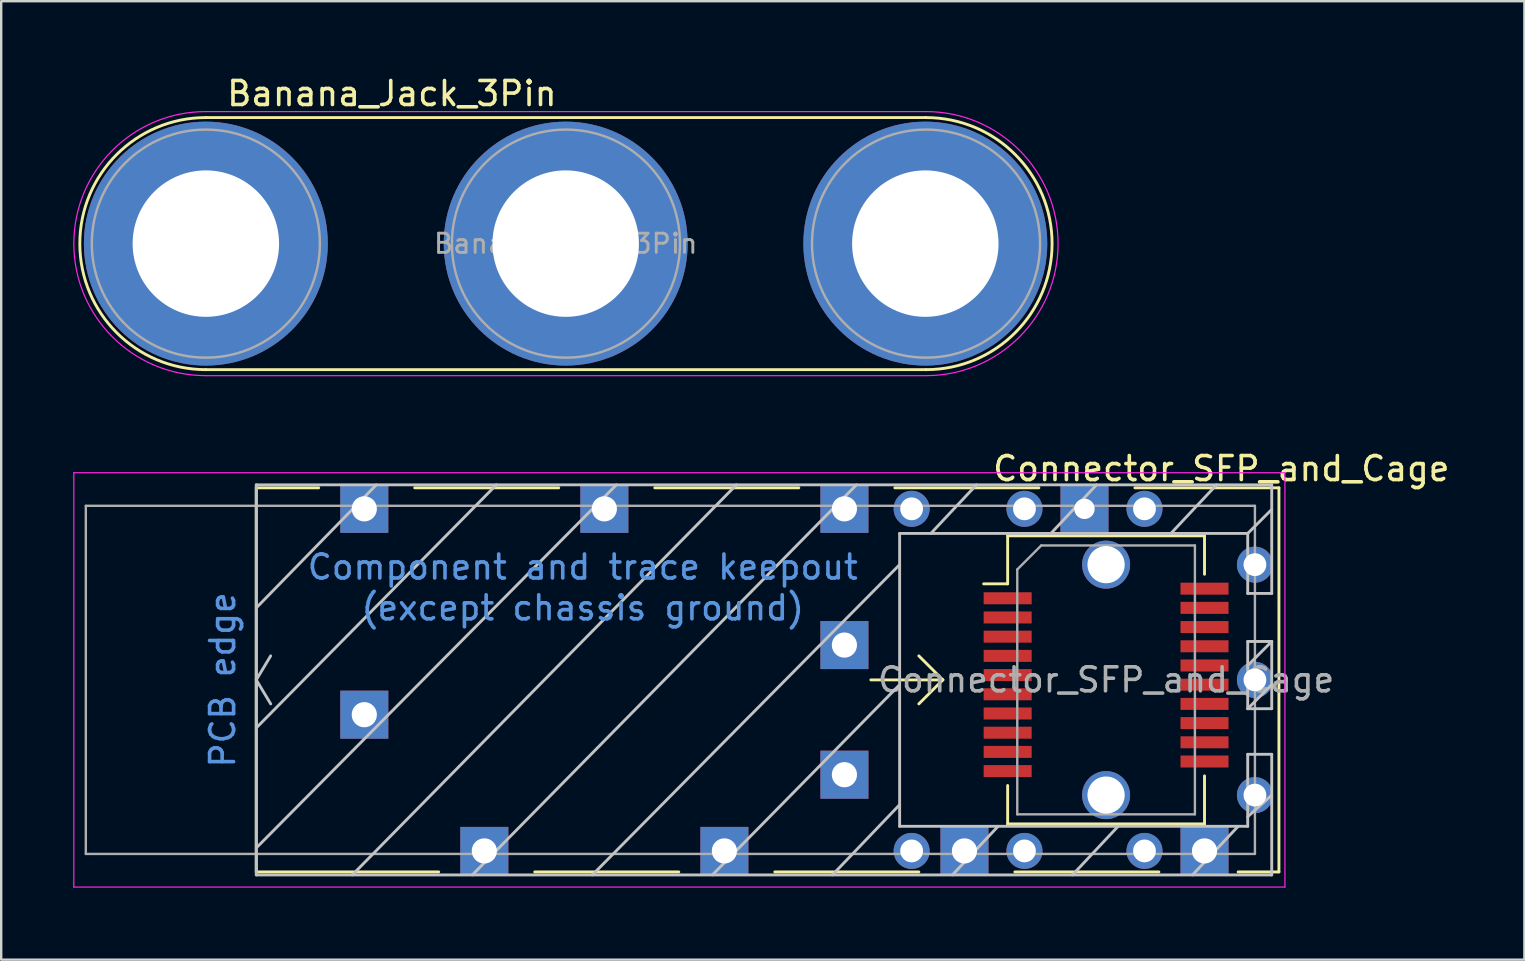
<source format=kicad_pcb>
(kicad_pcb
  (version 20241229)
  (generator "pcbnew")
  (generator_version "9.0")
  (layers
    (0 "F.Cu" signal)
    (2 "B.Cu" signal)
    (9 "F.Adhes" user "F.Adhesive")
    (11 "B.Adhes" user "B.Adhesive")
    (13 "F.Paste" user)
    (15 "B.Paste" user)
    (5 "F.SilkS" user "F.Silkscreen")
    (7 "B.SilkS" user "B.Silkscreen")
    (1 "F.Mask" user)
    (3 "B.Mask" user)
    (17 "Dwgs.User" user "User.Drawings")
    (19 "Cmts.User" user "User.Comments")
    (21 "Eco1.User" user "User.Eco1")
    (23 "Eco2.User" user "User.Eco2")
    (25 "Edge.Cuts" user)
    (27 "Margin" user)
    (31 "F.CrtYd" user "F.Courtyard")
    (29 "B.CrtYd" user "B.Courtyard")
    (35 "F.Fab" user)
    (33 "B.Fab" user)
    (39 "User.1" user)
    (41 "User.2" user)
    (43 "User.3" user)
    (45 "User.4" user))
  (footprint "Connector_SFP_and_Cage"
    (layer "F.Cu")
    (at 49.225 25.271)
    (property "Reference" "Connector_SFP_and_Cage" (at -1.4 -8.8 0) (layer "F.SilkS") (effects (font (size 1 1) (thickness 0.15))))
    (attr smd)
    (fp_line (start -41.6 8) (end -41.6 -8) (stroke (width 0.12) (type solid)) (layer "F.SilkS"))
    (fp_line (start -39 -8) (end -41.6 -8) (stroke (width 0.12) (type solid)) (layer "F.SilkS"))
    (fp_line (start -34 8) (end -41.6 8) (stroke (width 0.12) (type solid)) (layer "F.SilkS"))
    (fp_line (start -30 8) (end -24 8) (stroke (width 0.12) (type solid)) (layer "F.SilkS"))
    (fp_line (start -29 -8) (end -35 -8) (stroke (width 0.12) (type solid)) (layer "F.SilkS"))
    (fp_line (start -20 8) (end -14 8) (stroke (width 0.12) (type solid)) (layer "F.SilkS"))
    (fp_line (start -19 -8) (end -25 -8) (stroke (width 0.12) (type solid)) (layer "F.SilkS"))
    (fp_line (start -13 0) (end -16 0) (stroke (width 0.12) (type solid)) (layer "F.SilkS"))
    (fp_line (start -13 0) (end -14 -1) (stroke (width 0.12) (type solid)) (layer "F.SilkS"))
    (fp_line (start -13 0) (end -14 1) (stroke (width 0.12) (type solid)) (layer "F.SilkS"))
    (fp_line (start -10.3 -6) (end -10.3 -4) (stroke (width 0.12) (type solid)) (layer "F.SilkS"))
    (fp_line (start -10.3 -4) (end -11.3 -4) (stroke (width 0.12) (type solid)) (layer "F.SilkS"))
    (fp_line (start -10.3 4.4) (end -10.3 6) (stroke (width 0.12) (type solid)) (layer "F.SilkS"))
    (fp_line (start -10 8) (end -4 8) (stroke (width 0.12) (type solid)) (layer "F.SilkS"))
    (fp_line (start -9 -8) (end -15 -8) (stroke (width 0.12) (type solid)) (layer "F.SilkS"))
    (fp_line (start -2.1 -6) (end -10.3 -6) (stroke (width 0.12) (type solid)) (layer "F.SilkS"))
    (fp_line (start -2.1 -4.4) (end -2.1 -6) (stroke (width 0.12) (type solid)) (layer "F.SilkS"))
    (fp_line (start -2.1 4) (end -2.1 6) (stroke (width 0.12) (type solid)) (layer "F.SilkS"))
    (fp_line (start -2.1 6) (end -10.3 6) (stroke (width 0.12) (type solid)) (layer "F.SilkS"))
    (fp_line (start -0.7 8) (end 1 8) (stroke (width 0.12) (type solid)) (layer "F.SilkS"))
    (fp_line (start 1 -8) (end -5 -8) (stroke (width 0.12) (type solid)) (layer "F.SilkS"))
    (fp_line (start 1 8) (end 1 -8) (stroke (width 0.12) (type solid)) (layer "F.SilkS"))
    (fp_line (start -41.6 -8.125) (end 0.7 -8.125) (stroke (width 0.12) (type solid)) (layer "Dwgs.User"))
    (fp_line (start -41.6 0) (end -41 -1) (stroke (width 0.12) (type solid)) (layer "Dwgs.User"))
    (fp_line (start -41.6 8.125) (end -41.6 -8.125) (stroke (width 0.12) (type solid)) (layer "Dwgs.User"))
    (fp_line (start -41 1) (end -41.6 0) (stroke (width 0.12) (type solid)) (layer "Dwgs.User"))
    (fp_line (start -36.6 -8.125) (end -41.6 -3) (stroke (width 0.12) (type solid)) (layer "Dwgs.User"))
    (fp_line (start -31.6 -8.125) (end -41.6 2) (stroke (width 0.12) (type solid)) (layer "Dwgs.User"))
    (fp_line (start -27.6 8.125) (end -14.8 -4.8) (stroke (width 0.12) (type solid)) (layer "Dwgs.User"))
    (fp_line (start -26.6 -8.125) (end -41.6 7) (stroke (width 0.12) (type solid)) (layer "Dwgs.User"))
    (fp_line (start -22.6 8.125) (end -14.8 0.2) (stroke (width 0.12) (type solid)) (layer "Dwgs.User"))
    (fp_line (start -21.6 -8.125) (end -37.6 8.125) (stroke (width 0.12) (type solid)) (layer "Dwgs.User"))
    (fp_line (start -17.6 8.125) (end -14.8 5.2) (stroke (width 0.12) (type solid)) (layer "Dwgs.User"))
    (fp_line (start -16.6 -8.125) (end -32.6 8.125) (stroke (width 0.12) (type solid)) (layer "Dwgs.User"))
    (fp_line (start -14.8 -6.1) (end -14.8 6.1) (stroke (width 0.12) (type solid)) (layer "Dwgs.User"))
    (fp_line (start -14.8 6.1) (end -0.3 6.1) (stroke (width 0.12) (type solid)) (layer "Dwgs.User"))
    (fp_line (start -13.5 -6.1) (end -11.6 -8.125) (stroke (width 0.12) (type solid)) (layer "Dwgs.User"))
    (fp_line (start -12.6 8.125) (end -10.7 6.1) (stroke (width 0.12) (type solid)) (layer "Dwgs.User"))
    (fp_line (start -7.6 8.125) (end -5.7 6.1) (stroke (width 0.12) (type solid)) (layer "Dwgs.User"))
    (fp_line (start -6.6 -8.125) (end -8.5 -6.1) (stroke (width 0.12) (type solid)) (layer "Dwgs.User"))
    (fp_line (start -2.6 8.125) (end -0.7 6.1) (stroke (width 0.12) (type solid)) (layer "Dwgs.User"))
    (fp_line (start -1.6 -8.125) (end -3.5 -6.1) (stroke (width 0.12) (type solid)) (layer "Dwgs.User"))
    (fp_line (start -0.3 -6.1) (end -14.8 -6.1) (stroke (width 0.12) (type solid)) (layer "Dwgs.User"))
    (fp_line (start -0.3 -6.1) (end 0.7 -7.1) (stroke (width 0.12) (type solid)) (layer "Dwgs.User"))
    (fp_line (start -0.3 -3.6) (end -0.3 -6.1) (stroke (width 0.12) (type solid)) (layer "Dwgs.User"))
    (fp_line (start -0.3 -1.6) (end 0.7 -1.6) (stroke (width 0.12) (type solid)) (layer "Dwgs.User"))
    (fp_line (start -0.3 1.2) (end -0.3 -1.6) (stroke (width 0.12) (type solid)) (layer "Dwgs.User"))
    (fp_line (start -0.3 1.2) (end 0.7 0.2) (stroke (width 0.12) (type solid)) (layer "Dwgs.User"))
    (fp_line (start -0.3 3.1) (end 0.7 3.1) (stroke (width 0.12) (type solid)) (layer "Dwgs.User"))
    (fp_line (start -0.3 5.7) (end 0.7 4.8) (stroke (width 0.12) (type solid)) (layer "Dwgs.User"))
    (fp_line (start -0.3 6.1) (end -0.3 3.1) (stroke (width 0.12) (type solid)) (layer "Dwgs.User"))
    (fp_line (start 0.7 -8.125) (end 0.7 -3.6) (stroke (width 0.12) (type solid)) (layer "Dwgs.User"))
    (fp_line (start 0.7 -3.6) (end -0.3 -3.6) (stroke (width 0.12) (type solid)) (layer "Dwgs.User"))
    (fp_line (start 0.7 -1.6) (end -0.3 -0.6) (stroke (width 0.12) (type solid)) (layer "Dwgs.User"))
    (fp_line (start 0.7 -1.6) (end 0.7 1.2) (stroke (width 0.12) (type solid)) (layer "Dwgs.User"))
    (fp_line (start 0.7 1.2) (end -0.3 1.2) (stroke (width 0.12) (type solid)) (layer "Dwgs.User"))
    (fp_line (start 0.7 3.1) (end 0.7 8.125) (stroke (width 0.12) (type solid)) (layer "Dwgs.User"))
    (fp_line (start 0.7 8.125) (end -41.6 8.125) (stroke (width 0.12) (type solid)) (layer "Dwgs.User"))
    (fp_line (start -49.2 -8.63) (end -49.2 8.63) (stroke (width 0.05) (type solid)) (layer "F.CrtYd"))
    (fp_line (start -49.2 -8.63) (end 1.25 -8.63) (stroke (width 0.05) (type solid)) (layer "F.CrtYd"))
    (fp_line (start 1.25 8.63) (end -49.2 8.63) (stroke (width 0.05) (type solid)) (layer "F.CrtYd"))
    (fp_line (start 1.25 8.63) (end 1.25 -8.63) (stroke (width 0.05) (type solid)) (layer "F.CrtYd"))
    (fp_line (start -48.7 -7.25) (end -48.7 7.25) (stroke (width 0.1) (type solid)) (layer "F.Fab"))
    (fp_line (start -9.9 -4.6) (end -9.9 5.6) (stroke (width 0.1) (type solid)) (layer "F.Fab"))
    (fp_line (start -9.9 -4.6) (end -8.9 -5.6) (stroke (width 0.1) (type solid)) (layer "F.Fab"))
    (fp_line (start -2.5 -5.6) (end -8.9 -5.6) (stroke (width 0.1) (type solid)) (layer "F.Fab"))
    (fp_line (start -2.5 -5.6) (end -2.5 5.6) (stroke (width 0.1) (type solid)) (layer "F.Fab"))
    (fp_line (start -2.5 5.6) (end -9.9 5.6) (stroke (width 0.1) (type solid)) (layer "F.Fab"))
    (fp_line (start 0 -7.25) (end -48.7 -7.25) (stroke (width 0.1) (type solid)) (layer "F.Fab"))
    (fp_line (start 0 -7.25) (end 0 7.25) (stroke (width 0.1) (type solid)) (layer "F.Fab"))
    (fp_line (start 0 7.25) (end -48.7 7.25) (stroke (width 0.1) (type solid)) (layer "F.Fab"))
    (fp_text user "PCB edge" (at -43 0 90) (layer "Cmts.User") (effects (font (size 1 1) (thickness 0.15))))
    (fp_text user "Component and trace keepout" (at -28 -4.7 0) (layer "Cmts.User") (effects (font (size 1 1) (thickness 0.15))))
    (fp_text user "(except chassis ground)" (at -28 -3 0) (layer "Cmts.User") (effects (font (size 1 1) (thickness 0.15))))
    (fp_text user "${REFERENCE}" (at -6.2 0 0) (layer "F.Fab") (effects (font (size 1 1) (thickness 0.15))))
    (pad "" np_thru_hole circle (at -6.2 -4.8) (size 2 2) (drill 1.55) (layers "*.Cu" "*.Mask"))
    (pad "" np_thru_hole circle (at -6.2 4.8) (size 2 2) (drill 1.55) (layers "*.Cu" "*.Mask"))
    (pad "1" smd rect (at -10.3 -3.4) (size 2 0.5) (layers "F.Cu" "F.Mask" "F.Paste"))
    (pad "2" smd rect (at -10.3 -2.6) (size 2 0.5) (layers "F.Cu" "F.Mask" "F.Paste"))
    (pad "3" smd rect (at -10.3 -1.8) (size 2 0.5) (layers "F.Cu" "F.Mask" "F.Paste"))
    (pad "4" smd rect (at -10.3 -1) (size 2 0.5) (layers "F.Cu" "F.Mask" "F.Paste"))
    (pad "5" smd rect (at -10.3 -0.2) (size 2 0.5) (layers "F.Cu" "F.Mask" "F.Paste"))
    (pad "6" smd rect (at -10.3 0.6) (size 2 0.5) (layers "F.Cu" "F.Mask" "F.Paste"))
    (pad "7" smd rect (at -10.3 1.4) (size 2 0.5) (layers "F.Cu" "F.Mask" "F.Paste"))
    (pad "8" smd rect (at -10.3 2.2) (size 2 0.5) (layers "F.Cu" "F.Mask" "F.Paste"))
    (pad "9" smd rect (at -10.3 3) (size 2 0.5) (layers "F.Cu" "F.Mask" "F.Paste"))
    (pad "10" smd rect (at -10.3 3.8) (size 2 0.5) (layers "F.Cu" "F.Mask" "F.Paste"))
    (pad "11" smd rect (at -2.1 3.4) (size 2 0.5) (layers "F.Cu" "F.Mask" "F.Paste"))
    (pad "12" smd rect (at -2.1 2.6) (size 2 0.5) (layers "F.Cu" "F.Mask" "F.Paste"))
    (pad "13" smd rect (at -2.1 1.8) (size 2 0.5) (layers "F.Cu" "F.Mask" "F.Paste"))
    (pad "14" smd rect (at -2.1 1) (size 2 0.5) (layers "F.Cu" "F.Mask" "F.Paste"))
    (pad "15" smd rect (at -2.1 0.2) (size 2 0.5) (layers "F.Cu" "F.Mask" "F.Paste"))
    (pad "16" smd rect (at -2.1 -0.6) (size 2 0.5) (layers "F.Cu" "F.Mask" "F.Paste"))
    (pad "17" smd rect (at -2.1 -1.4) (size 2 0.5) (layers "F.Cu" "F.Mask" "F.Paste"))
    (pad "18" smd rect (at -2.1 -2.2) (size 2 0.5) (layers "F.Cu" "F.Mask" "F.Paste"))
    (pad "19" smd rect (at -2.1 -3) (size 2 0.5) (layers "F.Cu" "F.Mask" "F.Paste"))
    (pad "20" smd rect (at -2.1 -3.8) (size 2 0.5) (layers "F.Cu" "F.Mask" "F.Paste"))
    (pad "CAGE" thru_hole rect (at -37.1 -7.125) (size 2 2) (drill 1.05) (layers "*.Cu" "*.Mask"))
    (pad "CAGE" thru_hole rect (at -37.1 1.45) (size 2 2) (drill 1.05) (layers "*.Cu" "*.Mask"))
    (pad "CAGE" thru_hole rect (at -32.1 7.125) (size 2 2) (drill 1.05) (layers "*.Cu" "*.Mask"))
    (pad "CAGE" thru_hole rect (at -27.1 -7.125) (size 2 2) (drill 1.05) (layers "*.Cu" "*.Mask"))
    (pad "CAGE" thru_hole rect (at -22.1 7.125) (size 2 2) (drill 1.05) (layers "*.Cu" "*.Mask"))
    (pad "CAGE" thru_hole rect (at -17.1 -7.125) (size 2 2) (drill 1.05) (layers "*.Cu" "*.Mask"))
    (pad "CAGE" thru_hole rect (at -17.1 -1.45) (size 2 2) (drill 1.05) (layers "*.Cu" "*.Mask"))
    (pad "CAGE" thru_hole rect (at -17.1 3.95) (size 2 2) (drill 1.05) (layers "*.Cu" "*.Mask"))
    (pad "CAGE" thru_hole circle (at -14.3 -7.125) (size 1.5 1.5) (drill 0.95) (layers "*.Cu" "*.Mask"))
    (pad "CAGE" thru_hole circle (at -14.3 7.125) (size 1.5 1.5) (drill 0.95) (layers "*.Cu" "*.Mask"))
    (pad "CAGE" thru_hole rect (at -12.1 7.125) (size 2 2) (drill 1.05) (layers "*.Cu" "*.Mask"))
    (pad "CAGE" thru_hole circle (at -9.6 -7.125) (size 1.5 1.5) (drill 0.95) (layers "*.Cu" "*.Mask"))
    (pad "CAGE" thru_hole circle (at -9.6 7.125) (size 1.5 1.5) (drill 0.95) (layers "*.Cu" "*.Mask"))
    (pad "CAGE" thru_hole rect (at -7.1 -7.125) (size 2 2) (drill 0.85) (layers "*.Cu" "*.Mask"))
    (pad "CAGE" thru_hole circle (at -4.6 -7.125) (size 1.5 1.5) (drill 0.95) (layers "*.Cu" "*.Mask"))
    (pad "CAGE" thru_hole circle (at -4.6 7.125) (size 1.5 1.5) (drill 0.95) (layers "*.Cu" "*.Mask"))
    (pad "CAGE" thru_hole rect (at -2.1 7.125) (size 2 2) (drill 1.05) (layers "*.Cu" "*.Mask"))
    (pad "CAGE" thru_hole circle (at 0 -4.8) (size 1.5 1.5) (drill 0.95) (layers "*.Cu" "*.Mask"))
    (pad "CAGE" thru_hole circle (at 0 0) (size 1.5 1.5) (drill 0.95) (layers "*.Cu" "*.Mask"))
    (pad "CAGE" thru_hole circle (at 0 4.8) (size 1.5 1.5) (drill 0.95) (layers "*.Cu" "*.Mask")))
  (footprint "Banana_Jack_3Pin"
    (layer "F.Cu")
    (at 5.525 7.098)
    (property "Reference" "Banana_Jack_3Pin" (at 7.75 -6.25 0) (layer "F.SilkS") (effects (font (size 1 1) (thickness 0.15))))
    (attr through_hole)
    (fp_line (start 0 5.25) (end 30 5.25) (stroke (width 0.12) (type solid)) (layer "F.SilkS"))
    (fp_line (start 30 -5.25) (end 0 -5.25) (stroke (width 0.12) (type solid)) (layer "F.SilkS"))
    (fp_arc (start 0 5.25) (mid -5.25 0) (end 0 -5.25) (stroke (width 0.12) (type solid)) (layer "F.SilkS"))
    (fp_arc (start 30 -5.25) (mid 35.25 0) (end 30 5.25) (stroke (width 0.12) (type solid)) (layer "F.SilkS"))
    (fp_line (start 0 -5.5) (end 30 -5.5) (stroke (width 0.05) (type solid)) (layer "F.CrtYd"))
    (fp_line (start 30 5.5) (end 0 5.5) (stroke (width 0.05) (type solid)) (layer "F.CrtYd"))
    (fp_arc (start 0 5.5) (mid -5.5 0) (end 0 -5.5) (stroke (width 0.05) (type solid)) (layer "F.CrtYd"))
    (fp_arc (start 30 -5.5) (mid 35.5 0) (end 30 5.5) (stroke (width 0.05) (type solid)) (layer "F.CrtYd"))
    (fp_circle (center 0 0) (end 2 0) (stroke (width 0.1) (type solid)) (fill no) (layer "F.Fab"))
    (fp_circle (center 0 0) (end 4.75 0) (stroke (width 0.1) (type solid)) (fill no) (layer "F.Fab"))
    (fp_circle (center 15 0) (end 17 0) (stroke (width 0.1) (type solid)) (fill no) (layer "F.Fab"))
    (fp_circle (center 15 0) (end 19.75 0) (stroke (width 0.1) (type solid)) (fill no) (layer "F.Fab"))
    (fp_circle (center 30 0) (end 30 -4.75) (stroke (width 0.1) (type solid)) (fill no) (layer "F.Fab"))
    (fp_circle (center 30 0) (end 30 -2) (stroke (width 0.1) (type solid)) (fill no) (layer "F.Fab"))
    (fp_text user "${REFERENCE}" (at 14.99 0 0) (layer "F.Fab") (effects (font (size 0.8 0.8) (thickness 0.12))))
    (pad "1" thru_hole circle (at 0 0) (size 10.16 10.16) (drill 6.1) (layers "*.Cu" "*.Mask"))
    (pad "2" thru_hole circle (at 14.99 0) (size 10.16 10.16) (drill 6.1) (layers "*.Cu" "*.Mask"))
    (pad "3" thru_hole circle (at 29.97 0) (size 10.16 10.16) (drill 6.1) (layers "*.Cu" "*.Mask")))
  (gr_rect
    (start -3 -3)
    (end 60.45 36.926)
    (stroke (width 0.1) (type default))
    (fill no)
    (layer "Edge.Cuts")))
</source>
